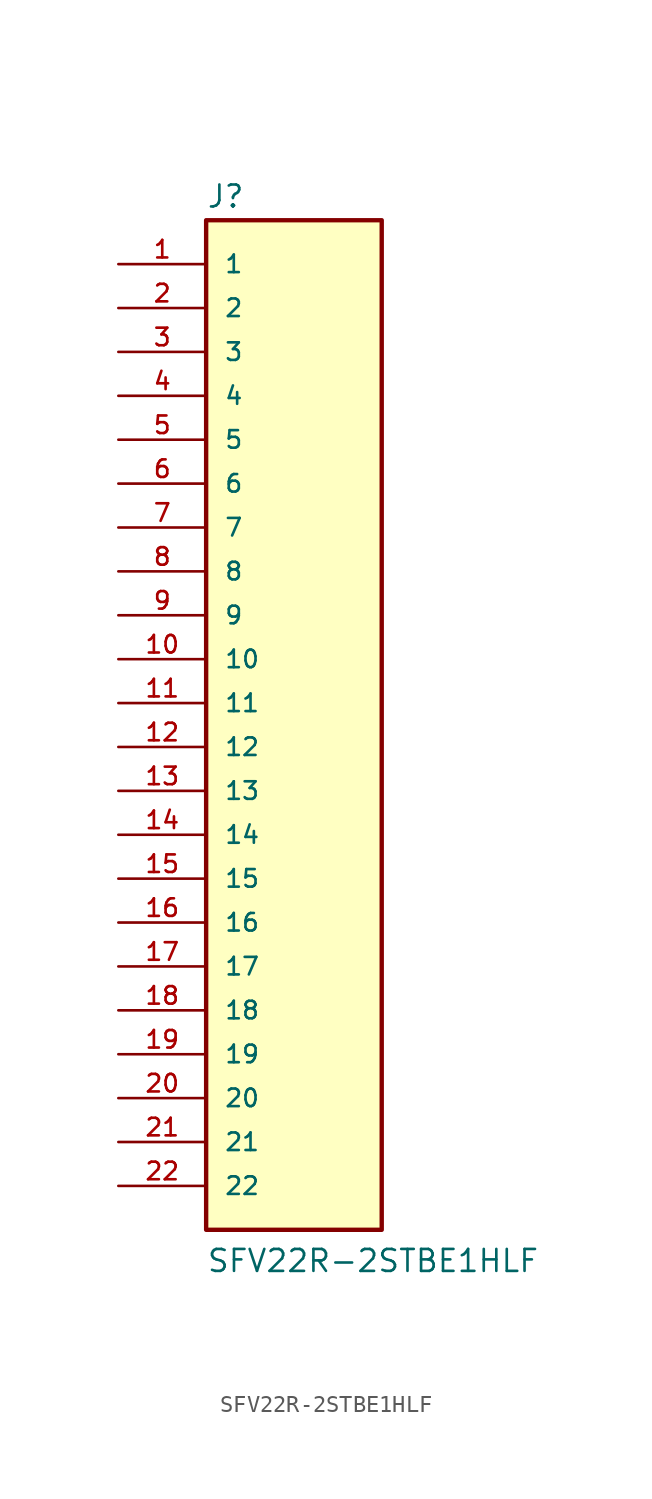
<source format=kicad_sym>
(kicad_symbol_lib
  (version 20211014)
  (generator kicad_symbol_editor)
  (symbol "SFV22R-2STBE1HLF"
    (pin_names
      (offset 1.016))
    (property "Reference" "J"
      (at -5.08 28.575 0.0)
      (effects (font (size 1.27 1.27)) (justify bottom left)))
    (property "Value" "SFV22R-2STBE1HLF"
      (at -5.08 -33.02 0.0)
      (effects (font (size 1.27 1.27)) (justify bottom left)))
    (symbol "SFV22R-2STBE1HLF_0_0"
      (rectangle (start -5.08 -30.48) (end 5.08 27.94) (stroke (width 0.254)) (fill (type background)))
      (pin passive line (at -10.16 25.4 0) (length 5.08) (name "1" (effects (font (size 1.016 1.016)))) (number "1" (effects (font (size 1.016 1.016)))))
      (pin passive line (at -10.16 22.86 0) (length 5.08) (name "2" (effects (font (size 1.016 1.016)))) (number "2" (effects (font (size 1.016 1.016)))))
      (pin passive line (at -10.16 20.32 0) (length 5.08) (name "3" (effects (font (size 1.016 1.016)))) (number "3" (effects (font (size 1.016 1.016)))))
      (pin passive line (at -10.16 17.78 0) (length 5.08) (name "4" (effects (font (size 1.016 1.016)))) (number "4" (effects (font (size 1.016 1.016)))))
      (pin passive line (at -10.16 15.24 0) (length 5.08) (name "5" (effects (font (size 1.016 1.016)))) (number "5" (effects (font (size 1.016 1.016)))))
      (pin passive line (at -10.16 12.7 0) (length 5.08) (name "6" (effects (font (size 1.016 1.016)))) (number "6" (effects (font (size 1.016 1.016)))))
      (pin passive line (at -10.16 10.16 0) (length 5.08) (name "7" (effects (font (size 1.016 1.016)))) (number "7" (effects (font (size 1.016 1.016)))))
      (pin passive line (at -10.16 7.62 0) (length 5.08) (name "8" (effects (font (size 1.016 1.016)))) (number "8" (effects (font (size 1.016 1.016)))))
      (pin passive line (at -10.16 5.08 0) (length 5.08) (name "9" (effects (font (size 1.016 1.016)))) (number "9" (effects (font (size 1.016 1.016)))))
      (pin passive line (at -10.16 2.54 0) (length 5.08) (name "10" (effects (font (size 1.016 1.016)))) (number "10" (effects (font (size 1.016 1.016)))))
      (pin passive line (at -10.16 0.0 0) (length 5.08) (name "11" (effects (font (size 1.016 1.016)))) (number "11" (effects (font (size 1.016 1.016)))))
      (pin passive line (at -10.16 -2.54 0) (length 5.08) (name "12" (effects (font (size 1.016 1.016)))) (number "12" (effects (font (size 1.016 1.016)))))
      (pin passive line (at -10.16 -5.08 0) (length 5.08) (name "13" (effects (font (size 1.016 1.016)))) (number "13" (effects (font (size 1.016 1.016)))))
      (pin passive line (at -10.16 -7.62 0) (length 5.08) (name "14" (effects (font (size 1.016 1.016)))) (number "14" (effects (font (size 1.016 1.016)))))
      (pin passive line (at -10.16 -10.16 0) (length 5.08) (name "15" (effects (font (size 1.016 1.016)))) (number "15" (effects (font (size 1.016 1.016)))))
      (pin passive line (at -10.16 -12.7 0) (length 5.08) (name "16" (effects (font (size 1.016 1.016)))) (number "16" (effects (font (size 1.016 1.016)))))
      (pin passive line (at -10.16 -15.24 0) (length 5.08) (name "17" (effects (font (size 1.016 1.016)))) (number "17" (effects (font (size 1.016 1.016)))))
      (pin passive line (at -10.16 -17.78 0) (length 5.08) (name "18" (effects (font (size 1.016 1.016)))) (number "18" (effects (font (size 1.016 1.016)))))
      (pin passive line (at -10.16 -20.32 0) (length 5.08) (name "19" (effects (font (size 1.016 1.016)))) (number "19" (effects (font (size 1.016 1.016)))))
      (pin passive line (at -10.16 -22.86 0) (length 5.08) (name "20" (effects (font (size 1.016 1.016)))) (number "20" (effects (font (size 1.016 1.016)))))
      (pin passive line (at -10.16 -25.4 0) (length 5.08) (name "21" (effects (font (size 1.016 1.016)))) (number "21" (effects (font (size 1.016 1.016)))))
      (pin passive line (at -10.16 -27.94 0) (length 5.08) (name "22" (effects (font (size 1.016 1.016)))) (number "22" (effects (font (size 1.016 1.016))))))))
</source>
